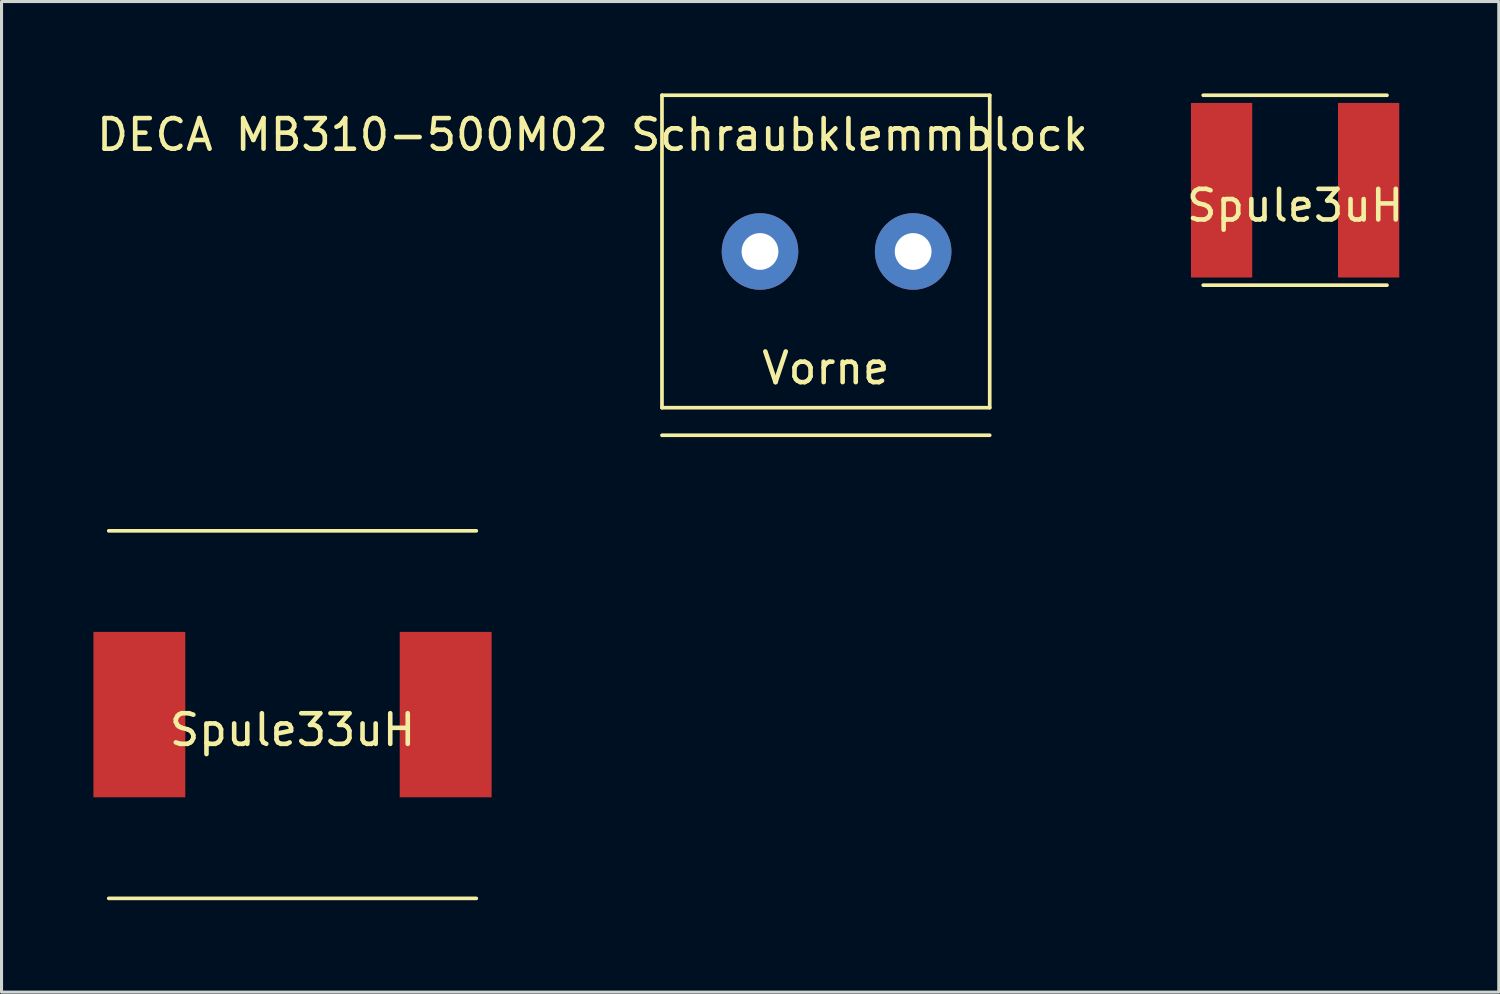
<source format=kicad_pcb>
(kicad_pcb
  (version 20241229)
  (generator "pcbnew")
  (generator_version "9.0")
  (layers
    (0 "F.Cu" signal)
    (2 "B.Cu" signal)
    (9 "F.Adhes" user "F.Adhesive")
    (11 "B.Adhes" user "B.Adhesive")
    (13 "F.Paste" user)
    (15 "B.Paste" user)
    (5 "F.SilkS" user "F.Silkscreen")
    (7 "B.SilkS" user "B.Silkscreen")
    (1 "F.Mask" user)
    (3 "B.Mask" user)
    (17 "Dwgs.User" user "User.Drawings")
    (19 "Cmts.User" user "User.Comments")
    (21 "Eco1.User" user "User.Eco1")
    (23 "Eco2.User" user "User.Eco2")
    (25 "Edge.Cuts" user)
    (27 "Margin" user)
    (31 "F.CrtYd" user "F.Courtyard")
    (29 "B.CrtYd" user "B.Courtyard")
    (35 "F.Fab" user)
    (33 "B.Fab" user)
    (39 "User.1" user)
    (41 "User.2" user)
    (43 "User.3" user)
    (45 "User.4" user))
  (footprint "Spule3uH"
    (layer "F.Cu")
    (at 39.232 3.16)
    (property "Reference" "Spule3uH" (at 0 0.5 0) (layer "F.SilkS") (effects (font (size 1 1) (thickness 0.15))))
    (attr through_hole)
    (fp_line (start -3 -3.1) (end 3 -3.1) (stroke (width 0.12) (type solid)) (layer "F.SilkS"))
    (fp_line (start 3 3.1) (end -3 3.1) (stroke (width 0.12) (type solid)) (layer "F.SilkS"))
    (pad "1" smd rect (at 2.4 0) (size 2 5.7) (layers "F.Cu" "F.Mask" "F.Paste"))
    (pad "2" smd rect (at -2.4 0) (size 2 5.7) (layers "F.Cu" "F.Mask" "F.Paste")))
  (footprint "DECA MB310-500M02 Schraubklemmblock"
    (layer "F.Cu")
    (at 23.912 5.16)
    (property "Reference" "DECA MB310-500M02 Schraubklemmblock" (at -7.62 -3.81 0) (layer "F.SilkS") (effects (font (size 1 1) (thickness 0.15))))
    (attr through_hole)
    (fp_line (start -5.35 -5.1) (end 5.35 -5.1) (stroke (width 0.12) (type solid)) (layer "F.SilkS"))
    (fp_line (start -5.35 5.1) (end -5.35 -5.1) (stroke (width 0.12) (type solid)) (layer "F.SilkS"))
    (fp_line (start 5.35 -5.1) (end 5.35 5.1) (stroke (width 0.12) (type solid)) (layer "F.SilkS"))
    (fp_line (start 5.35 5.1) (end -5.35 5.1) (stroke (width 0.12) (type solid)) (layer "F.SilkS"))
    (fp_line (start 5.35 6) (end -5.35 6) (stroke (width 0.12) (type solid)) (layer "F.SilkS"))
    (fp_text user "Vorne" (at 0 3.81 0) (layer "F.SilkS") (effects (font (size 1 1) (thickness 0.15))))
    (pad "1" thru_hole circle (at -2.15 0) (size 2.5 2.5) (drill 1.2) (layers "*.Cu" "*.Mask"))
    (pad "2" thru_hole circle (at 2.85 0) (size 2.5 2.5) (drill 1.2) (layers "*.Cu" "*.Mask")))
  (footprint "Spule33uH"
    (layer "F.Cu")
    (at 6.5 20.28)
    (property "Reference" "Spule33uH" (at 0 0.5 0) (layer "F.SilkS") (effects (font (size 1 1) (thickness 0.15))))
    (attr through_hole)
    (fp_line (start -6 -6) (end 6 -6) (stroke (width 0.12) (type solid)) (layer "F.SilkS"))
    (fp_line (start -6 6) (end 6 6) (stroke (width 0.12) (type solid)) (layer "F.SilkS"))
    (pad "1" smd rect (at 5 0) (size 3 5.4) (layers "F.Cu" "F.Mask" "F.Paste"))
    (pad "2" smd rect (at -5 0) (size 3 5.4) (layers "F.Cu" "F.Mask" "F.Paste")))
  (gr_rect
    (start -3 -3)
    (end 45.881 29.34)
    (stroke (width 0.1) (type default))
    (fill no)
    (layer "Edge.Cuts")))
</source>
